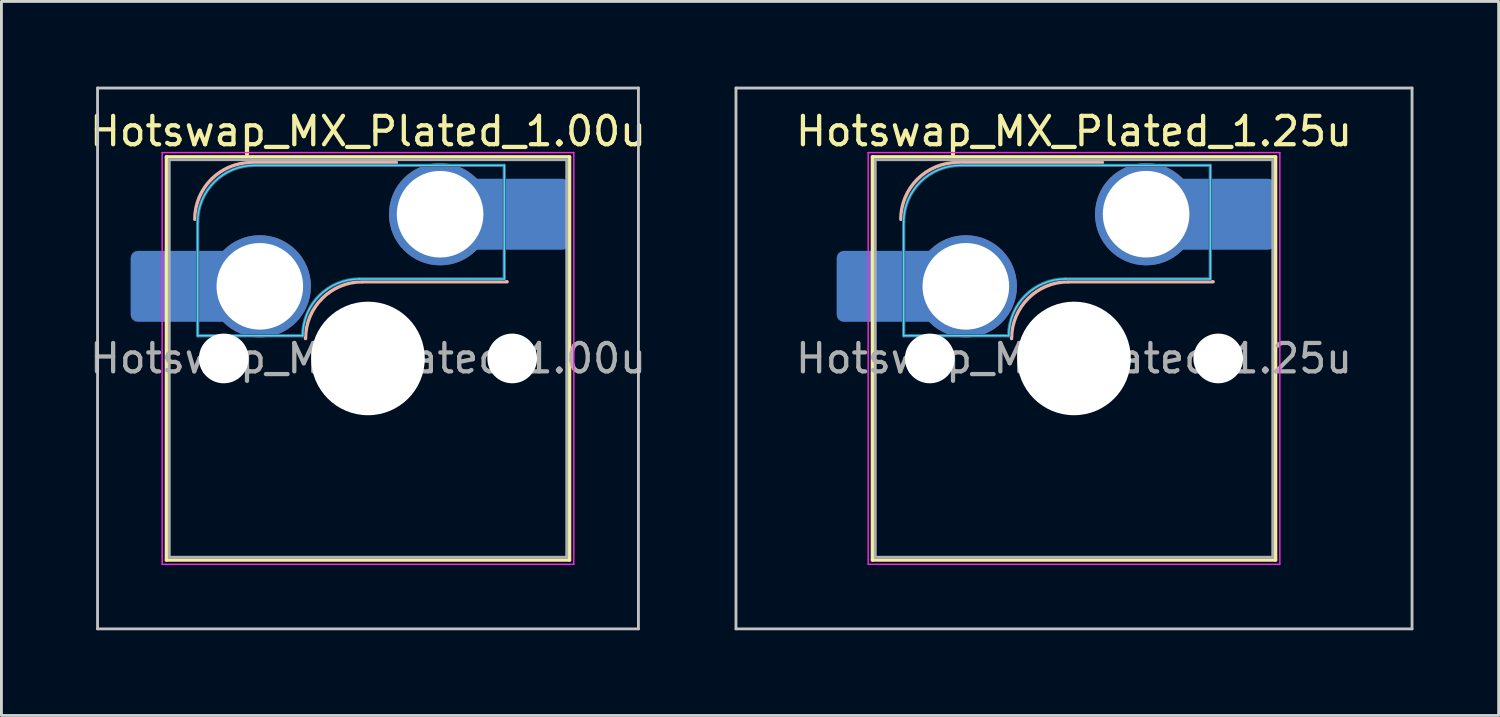
<source format=kicad_pcb>
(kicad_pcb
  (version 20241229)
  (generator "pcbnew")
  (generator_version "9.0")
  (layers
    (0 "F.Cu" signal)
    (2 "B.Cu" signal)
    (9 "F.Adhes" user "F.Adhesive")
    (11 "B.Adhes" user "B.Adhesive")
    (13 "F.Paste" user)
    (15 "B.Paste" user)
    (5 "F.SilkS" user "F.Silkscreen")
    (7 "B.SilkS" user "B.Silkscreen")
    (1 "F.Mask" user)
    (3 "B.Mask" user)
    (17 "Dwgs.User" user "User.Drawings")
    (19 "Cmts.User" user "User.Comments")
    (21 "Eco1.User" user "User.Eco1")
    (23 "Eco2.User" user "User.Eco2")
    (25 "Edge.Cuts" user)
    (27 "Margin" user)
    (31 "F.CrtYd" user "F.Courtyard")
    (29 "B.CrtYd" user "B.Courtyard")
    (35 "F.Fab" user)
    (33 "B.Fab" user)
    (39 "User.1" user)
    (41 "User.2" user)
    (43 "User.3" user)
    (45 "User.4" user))
  (footprint "Hotswap_MX_Plated_1.00u"
    (layer "F.Cu")
    (at 9.911 9.575)
    (property "Reference" "Hotswap_MX_Plated_1.00u" (at 0 -8 0) (layer "F.SilkS") (effects (font (size 1 1) (thickness 0.15))))
    (attr smd allow_soldermask_bridges)
    (fp_line (start -7.1 -7.1) (end -7.1 7.1) (stroke (width 0.12) (type solid)) (layer "F.SilkS"))
    (fp_line (start -7.1 7.1) (end 7.1 7.1) (stroke (width 0.12) (type solid)) (layer "F.SilkS"))
    (fp_line (start 7.1 -7.1) (end -7.1 -7.1) (stroke (width 0.12) (type solid)) (layer "F.SilkS"))
    (fp_line (start 7.1 7.1) (end 7.1 -7.1) (stroke (width 0.12) (type solid)) (layer "F.SilkS"))
    (fp_line (start -4.1 -6.9) (end 1 -6.9) (stroke (width 0.12) (type solid)) (layer "B.SilkS"))
    (fp_line (start -0.2 -2.7) (end 4.9 -2.7) (stroke (width 0.12) (type solid)) (layer "B.SilkS"))
    (fp_arc (start -6.1 -4.9) (mid -5.514214 -6.314214) (end -4.1 -6.9) (stroke (width 0.12) (type solid)) (layer "B.SilkS"))
    (fp_arc (start -2.2 -0.7) (mid -1.614214 -2.114214) (end -0.2 -2.7) (stroke (width 0.12) (type solid)) (layer "B.SilkS"))
    (fp_line (start -9.525 -9.525) (end -9.525 9.525) (stroke (width 0.1) (type solid)) (layer "Dwgs.User"))
    (fp_line (start -9.525 9.525) (end 9.525 9.525) (stroke (width 0.1) (type solid)) (layer "Dwgs.User"))
    (fp_line (start 9.525 -9.525) (end -9.525 -9.525) (stroke (width 0.1) (type solid)) (layer "Dwgs.User"))
    (fp_line (start 9.525 9.525) (end 9.525 -9.525) (stroke (width 0.1) (type solid)) (layer "Dwgs.User"))
    (fp_line (start -7.8 -6) (end -7 -6) (stroke (width 0.1) (type solid)) (layer "Eco1.User"))
    (fp_line (start -7.8 -2.9) (end -7.8 -6) (stroke (width 0.1) (type solid)) (layer "Eco1.User"))
    (fp_line (start -7.8 2.9) (end -7 2.9) (stroke (width 0.1) (type solid)) (layer "Eco1.User"))
    (fp_line (start -7.8 6) (end -7.8 2.9) (stroke (width 0.1) (type solid)) (layer "Eco1.User"))
    (fp_line (start -7 -7) (end 7 -7) (stroke (width 0.1) (type solid)) (layer "Eco1.User"))
    (fp_line (start -7 -6) (end -7 -7) (stroke (width 0.1) (type solid)) (layer "Eco1.User"))
    (fp_line (start -7 -2.9) (end -7.8 -2.9) (stroke (width 0.1) (type solid)) (layer "Eco1.User"))
    (fp_line (start -7 2.9) (end -7 -2.9) (stroke (width 0.1) (type solid)) (layer "Eco1.User"))
    (fp_line (start -7 6) (end -7.8 6) (stroke (width 0.1) (type solid)) (layer "Eco1.User"))
    (fp_line (start -7 7) (end -7 6) (stroke (width 0.1) (type solid)) (layer "Eco1.User"))
    (fp_line (start 7 -7) (end 7 -6) (stroke (width 0.1) (type solid)) (layer "Eco1.User"))
    (fp_line (start 7 -6) (end 7.8 -6) (stroke (width 0.1) (type solid)) (layer "Eco1.User"))
    (fp_line (start 7 -2.9) (end 7 2.9) (stroke (width 0.1) (type solid)) (layer "Eco1.User"))
    (fp_line (start 7 2.9) (end 7.8 2.9) (stroke (width 0.1) (type solid)) (layer "Eco1.User"))
    (fp_line (start 7 6) (end 7 7) (stroke (width 0.1) (type solid)) (layer "Eco1.User"))
    (fp_line (start 7 7) (end -7 7) (stroke (width 0.1) (type solid)) (layer "Eco1.User"))
    (fp_line (start 7.8 -6) (end 7.8 -2.9) (stroke (width 0.1) (type solid)) (layer "Eco1.User"))
    (fp_line (start 7.8 -2.9) (end 7 -2.9) (stroke (width 0.1) (type solid)) (layer "Eco1.User"))
    (fp_line (start 7.8 2.9) (end 7.8 6) (stroke (width 0.1) (type solid)) (layer "Eco1.User"))
    (fp_line (start 7.8 6) (end 7 6) (stroke (width 0.1) (type solid)) (layer "Eco1.User"))
    (fp_line (start -6 -0.8) (end -6 -4.8) (stroke (width 0.05) (type solid)) (layer "B.CrtYd"))
    (fp_line (start -6 -0.8) (end -2.3 -0.8) (stroke (width 0.05) (type solid)) (layer "B.CrtYd"))
    (fp_line (start -4 -6.8) (end 4.8 -6.8) (stroke (width 0.05) (type solid)) (layer "B.CrtYd"))
    (fp_line (start -0.3 -2.8) (end 4.8 -2.8) (stroke (width 0.05) (type solid)) (layer "B.CrtYd"))
    (fp_line (start 4.8 -6.8) (end 4.8 -2.8) (stroke (width 0.05) (type solid)) (layer "B.CrtYd"))
    (fp_arc (start -6 -4.8) (mid -5.414214 -6.214214) (end -4 -6.8) (stroke (width 0.05) (type solid)) (layer "B.CrtYd"))
    (fp_arc (start -2.3 -0.8) (mid -1.714214 -2.214214) (end -0.3 -2.8) (stroke (width 0.05) (type solid)) (layer "B.CrtYd"))
    (fp_line (start -7.25 -7.25) (end -7.25 7.25) (stroke (width 0.05) (type solid)) (layer "F.CrtYd"))
    (fp_line (start -7.25 7.25) (end 7.25 7.25) (stroke (width 0.05) (type solid)) (layer "F.CrtYd"))
    (fp_line (start 7.25 -7.25) (end -7.25 -7.25) (stroke (width 0.05) (type solid)) (layer "F.CrtYd"))
    (fp_line (start 7.25 7.25) (end 7.25 -7.25) (stroke (width 0.05) (type solid)) (layer "F.CrtYd"))
    (fp_line (start -6 -0.8) (end -6 -4.8) (stroke (width 0.12) (type solid)) (layer "B.Fab"))
    (fp_line (start -6 -0.8) (end -2.3 -0.8) (stroke (width 0.12) (type solid)) (layer "B.Fab"))
    (fp_line (start -4 -6.8) (end 4.8 -6.8) (stroke (width 0.12) (type solid)) (layer "B.Fab"))
    (fp_line (start -0.3 -2.8) (end 4.8 -2.8) (stroke (width 0.12) (type solid)) (layer "B.Fab"))
    (fp_line (start 4.8 -6.8) (end 4.8 -2.8) (stroke (width 0.12) (type solid)) (layer "B.Fab"))
    (fp_arc (start -6 -4.8) (mid -5.414214 -6.214214) (end -4 -6.8) (stroke (width 0.12) (type solid)) (layer "B.Fab"))
    (fp_arc (start -2.3 -0.8) (mid -1.714214 -2.214214) (end -0.3 -2.8) (stroke (width 0.12) (type solid)) (layer "B.Fab"))
    (fp_line (start -7 -7) (end -7 7) (stroke (width 0.1) (type solid)) (layer "F.Fab"))
    (fp_line (start -7 7) (end 7 7) (stroke (width 0.1) (type solid)) (layer "F.Fab"))
    (fp_line (start 7 -7) (end -7 -7) (stroke (width 0.1) (type solid)) (layer "F.Fab"))
    (fp_line (start 7 7) (end 7 -7) (stroke (width 0.1) (type solid)) (layer "F.Fab"))
    (fp_text user "${REFERENCE}" (at 0 0 0) (layer "F.Fab") (effects (font (size 1 1) (thickness 0.15))))
    (pad "" smd roundrect (at -7.085 -2.54) (size 2.55 2.5) (layers "B.Mask" "B.Paste") (roundrect_rratio 0.1))
    (pad "" np_thru_hole circle (at -5.08 0) (size 1.75 1.75) (drill 1.75) (layers "*.Cu" "*.Mask"))
    (pad "" np_thru_hole circle (at 0 0) (size 4 4) (drill 4) (layers "*.Cu" "*.Mask"))
    (pad "" np_thru_hole circle (at 5.08 0) (size 1.75 1.75) (drill 1.75) (layers "*.Cu" "*.Mask"))
    (pad "" smd roundrect (at 5.842 -5.08) (size 2.55 2.5) (layers "B.Mask" "B.Paste") (roundrect_rratio 0.1))
    (pad "1" smd roundrect (at -6.585 -2.54) (size 3.55 2.5) (layers "B.Cu") (roundrect_rratio 0.1))
    (pad "1" thru_hole circle (at -3.81 -2.54) (size 3.6 3.6) (drill 3.05) (layers "*.Cu" "*.Mask"))
    (pad "2" thru_hole circle (at 2.54 -5.08) (size 3.6 3.6) (drill 3.05) (layers "*.Cu" "*.Mask"))
    (pad "2" smd roundrect (at 5.32 -5.08) (size 3.55 2.5) (layers "B.Cu") (roundrect_rratio 0.1)))
  (footprint "Hotswap_MX_Plated_1.25u"
    (layer "F.Cu")
    (at 34.778 9.575)
    (property "Reference" "Hotswap_MX_Plated_1.25u" (at 0 -8 0) (layer "F.SilkS") (effects (font (size 1 1) (thickness 0.15))))
    (attr smd allow_soldermask_bridges)
    (fp_line (start -7.1 -7.1) (end -7.1 7.1) (stroke (width 0.12) (type solid)) (layer "F.SilkS"))
    (fp_line (start -7.1 7.1) (end 7.1 7.1) (stroke (width 0.12) (type solid)) (layer "F.SilkS"))
    (fp_line (start 7.1 -7.1) (end -7.1 -7.1) (stroke (width 0.12) (type solid)) (layer "F.SilkS"))
    (fp_line (start 7.1 7.1) (end 7.1 -7.1) (stroke (width 0.12) (type solid)) (layer "F.SilkS"))
    (fp_line (start -4.1 -6.9) (end 1 -6.9) (stroke (width 0.12) (type solid)) (layer "B.SilkS"))
    (fp_line (start -0.2 -2.7) (end 4.9 -2.7) (stroke (width 0.12) (type solid)) (layer "B.SilkS"))
    (fp_arc (start -6.1 -4.9) (mid -5.514214 -6.314214) (end -4.1 -6.9) (stroke (width 0.12) (type solid)) (layer "B.SilkS"))
    (fp_arc (start -2.2 -0.7) (mid -1.614214 -2.114214) (end -0.2 -2.7) (stroke (width 0.12) (type solid)) (layer "B.SilkS"))
    (fp_line (start -11.906 -9.525) (end -11.906 9.525) (stroke (width 0.1) (type solid)) (layer "Dwgs.User"))
    (fp_line (start -11.906 9.525) (end 11.906 9.525) (stroke (width 0.1) (type solid)) (layer "Dwgs.User"))
    (fp_line (start 11.906 -9.525) (end -11.906 -9.525) (stroke (width 0.1) (type solid)) (layer "Dwgs.User"))
    (fp_line (start 11.906 9.525) (end 11.906 -9.525) (stroke (width 0.1) (type solid)) (layer "Dwgs.User"))
    (fp_line (start -7.8 -6) (end -7 -6) (stroke (width 0.1) (type solid)) (layer "Eco1.User"))
    (fp_line (start -7.8 -2.9) (end -7.8 -6) (stroke (width 0.1) (type solid)) (layer "Eco1.User"))
    (fp_line (start -7.8 2.9) (end -7 2.9) (stroke (width 0.1) (type solid)) (layer "Eco1.User"))
    (fp_line (start -7.8 6) (end -7.8 2.9) (stroke (width 0.1) (type solid)) (layer "Eco1.User"))
    (fp_line (start -7 -7) (end 7 -7) (stroke (width 0.1) (type solid)) (layer "Eco1.User"))
    (fp_line (start -7 -6) (end -7 -7) (stroke (width 0.1) (type solid)) (layer "Eco1.User"))
    (fp_line (start -7 -2.9) (end -7.8 -2.9) (stroke (width 0.1) (type solid)) (layer "Eco1.User"))
    (fp_line (start -7 2.9) (end -7 -2.9) (stroke (width 0.1) (type solid)) (layer "Eco1.User"))
    (fp_line (start -7 6) (end -7.8 6) (stroke (width 0.1) (type solid)) (layer "Eco1.User"))
    (fp_line (start -7 7) (end -7 6) (stroke (width 0.1) (type solid)) (layer "Eco1.User"))
    (fp_line (start 7 -7) (end 7 -6) (stroke (width 0.1) (type solid)) (layer "Eco1.User"))
    (fp_line (start 7 -6) (end 7.8 -6) (stroke (width 0.1) (type solid)) (layer "Eco1.User"))
    (fp_line (start 7 -2.9) (end 7 2.9) (stroke (width 0.1) (type solid)) (layer "Eco1.User"))
    (fp_line (start 7 2.9) (end 7.8 2.9) (stroke (width 0.1) (type solid)) (layer "Eco1.User"))
    (fp_line (start 7 6) (end 7 7) (stroke (width 0.1) (type solid)) (layer "Eco1.User"))
    (fp_line (start 7 7) (end -7 7) (stroke (width 0.1) (type solid)) (layer "Eco1.User"))
    (fp_line (start 7.8 -6) (end 7.8 -2.9) (stroke (width 0.1) (type solid)) (layer "Eco1.User"))
    (fp_line (start 7.8 -2.9) (end 7 -2.9) (stroke (width 0.1) (type solid)) (layer "Eco1.User"))
    (fp_line (start 7.8 2.9) (end 7.8 6) (stroke (width 0.1) (type solid)) (layer "Eco1.User"))
    (fp_line (start 7.8 6) (end 7 6) (stroke (width 0.1) (type solid)) (layer "Eco1.User"))
    (fp_line (start -6 -0.8) (end -6 -4.8) (stroke (width 0.05) (type solid)) (layer "B.CrtYd"))
    (fp_line (start -6 -0.8) (end -2.3 -0.8) (stroke (width 0.05) (type solid)) (layer "B.CrtYd"))
    (fp_line (start -4 -6.8) (end 4.8 -6.8) (stroke (width 0.05) (type solid)) (layer "B.CrtYd"))
    (fp_line (start -0.3 -2.8) (end 4.8 -2.8) (stroke (width 0.05) (type solid)) (layer "B.CrtYd"))
    (fp_line (start 4.8 -6.8) (end 4.8 -2.8) (stroke (width 0.05) (type solid)) (layer "B.CrtYd"))
    (fp_arc (start -6 -4.8) (mid -5.414214 -6.214214) (end -4 -6.8) (stroke (width 0.05) (type solid)) (layer "B.CrtYd"))
    (fp_arc (start -2.3 -0.8) (mid -1.714214 -2.214214) (end -0.3 -2.8) (stroke (width 0.05) (type solid)) (layer "B.CrtYd"))
    (fp_line (start -7.25 -7.25) (end -7.25 7.25) (stroke (width 0.05) (type solid)) (layer "F.CrtYd"))
    (fp_line (start -7.25 7.25) (end 7.25 7.25) (stroke (width 0.05) (type solid)) (layer "F.CrtYd"))
    (fp_line (start 7.25 -7.25) (end -7.25 -7.25) (stroke (width 0.05) (type solid)) (layer "F.CrtYd"))
    (fp_line (start 7.25 7.25) (end 7.25 -7.25) (stroke (width 0.05) (type solid)) (layer "F.CrtYd"))
    (fp_line (start -6 -0.8) (end -6 -4.8) (stroke (width 0.12) (type solid)) (layer "B.Fab"))
    (fp_line (start -6 -0.8) (end -2.3 -0.8) (stroke (width 0.12) (type solid)) (layer "B.Fab"))
    (fp_line (start -4 -6.8) (end 4.8 -6.8) (stroke (width 0.12) (type solid)) (layer "B.Fab"))
    (fp_line (start -0.3 -2.8) (end 4.8 -2.8) (stroke (width 0.12) (type solid)) (layer "B.Fab"))
    (fp_line (start 4.8 -6.8) (end 4.8 -2.8) (stroke (width 0.12) (type solid)) (layer "B.Fab"))
    (fp_arc (start -6 -4.8) (mid -5.414214 -6.214214) (end -4 -6.8) (stroke (width 0.12) (type solid)) (layer "B.Fab"))
    (fp_arc (start -2.3 -0.8) (mid -1.714214 -2.214214) (end -0.3 -2.8) (stroke (width 0.12) (type solid)) (layer "B.Fab"))
    (fp_line (start -7 -7) (end -7 7) (stroke (width 0.1) (type solid)) (layer "F.Fab"))
    (fp_line (start -7 7) (end 7 7) (stroke (width 0.1) (type solid)) (layer "F.Fab"))
    (fp_line (start 7 -7) (end -7 -7) (stroke (width 0.1) (type solid)) (layer "F.Fab"))
    (fp_line (start 7 7) (end 7 -7) (stroke (width 0.1) (type solid)) (layer "F.Fab"))
    (fp_text user "${REFERENCE}" (at 0 0 0) (layer "F.Fab") (effects (font (size 1 1) (thickness 0.15))))
    (pad "" smd roundrect (at -7.085 -2.54) (size 2.55 2.5) (layers "B.Mask" "B.Paste") (roundrect_rratio 0.1))
    (pad "" np_thru_hole circle (at -5.08 0) (size 1.75 1.75) (drill 1.75) (layers "*.Cu" "*.Mask"))
    (pad "" np_thru_hole circle (at 0 0) (size 4 4) (drill 4) (layers "*.Cu" "*.Mask"))
    (pad "" np_thru_hole circle (at 5.08 0) (size 1.75 1.75) (drill 1.75) (layers "*.Cu" "*.Mask"))
    (pad "" smd roundrect (at 5.842 -5.08) (size 2.55 2.5) (layers "B.Mask" "B.Paste") (roundrect_rratio 0.1))
    (pad "1" smd roundrect (at -6.585 -2.54) (size 3.55 2.5) (layers "B.Cu") (roundrect_rratio 0.1))
    (pad "1" thru_hole circle (at -3.81 -2.54) (size 3.6 3.6) (drill 3.05) (layers "*.Cu" "*.Mask"))
    (pad "2" thru_hole circle (at 2.54 -5.08) (size 3.6 3.6) (drill 3.05) (layers "*.Cu" "*.Mask"))
    (pad "2" smd roundrect (at 5.32 -5.08) (size 3.55 2.5) (layers "B.Cu") (roundrect_rratio 0.1)))
  (gr_rect
    (start -3 -3)
    (end 49.734 22.15)
    (stroke (width 0.1) (type default))
    (fill no)
    (layer "Edge.Cuts")))
</source>
